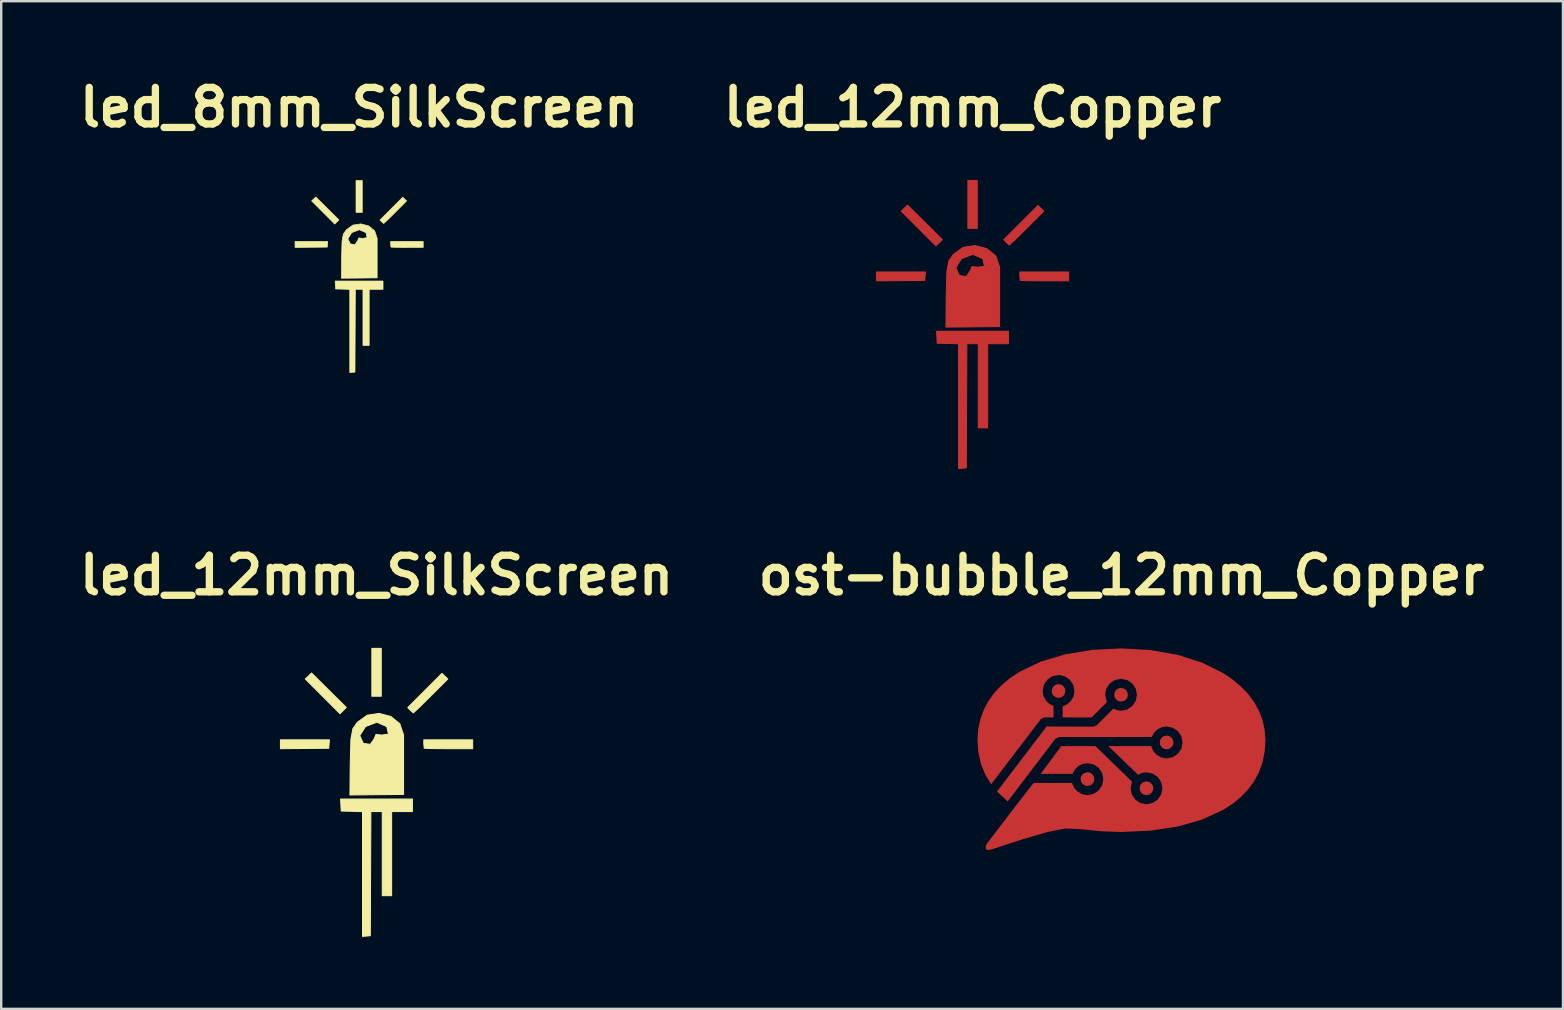
<source format=kicad_pcb>
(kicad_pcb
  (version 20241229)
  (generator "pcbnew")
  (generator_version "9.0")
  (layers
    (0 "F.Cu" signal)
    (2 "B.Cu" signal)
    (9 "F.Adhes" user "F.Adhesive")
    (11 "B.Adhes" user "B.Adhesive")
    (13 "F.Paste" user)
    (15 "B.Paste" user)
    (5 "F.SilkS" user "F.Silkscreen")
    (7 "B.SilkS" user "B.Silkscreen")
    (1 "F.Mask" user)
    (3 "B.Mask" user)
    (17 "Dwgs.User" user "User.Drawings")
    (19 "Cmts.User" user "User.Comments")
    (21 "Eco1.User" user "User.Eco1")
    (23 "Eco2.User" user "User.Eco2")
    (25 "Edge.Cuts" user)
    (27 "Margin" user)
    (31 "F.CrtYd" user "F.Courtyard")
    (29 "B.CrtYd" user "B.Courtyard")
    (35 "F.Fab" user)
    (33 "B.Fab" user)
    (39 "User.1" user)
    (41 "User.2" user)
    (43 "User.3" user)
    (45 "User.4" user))
  (footprint "ost-bubble_12mm_Copper"
    (layer "F.Cu")
    (at 43.684 28.171)
    (property "Reference" "ost-bubble_12mm_Copper" (at 0 -7.248 0) (layer "F.SilkS") (effects (font (size 1.524 1.524) (thickness 0.305))))
    (attr exclude_from_pos_files exclude_from_bom)
    (fp_poly (pts (xy -2.621 -2.711) (xy -2.733 -2.689) (xy -2.824 -2.628) (xy -2.884 -2.537) (xy -2.907 -2.425) (xy -2.884 -2.312) (xy -2.824 -2.221) (xy -2.733 -2.16) (xy -2.621 -2.138) (xy -2.509 -2.16) (xy -2.418 -2.221) (xy -2.358 -2.312) (xy -2.336 -2.425) (xy -2.358 -2.537) (xy -2.418 -2.628) (xy -2.509 -2.689) (xy -2.621 -2.711)) (stroke (width 0) (type solid)) (fill yes) (layer "F.Cu"))
    (fp_poly (pts (xy -1.418 0.961) (xy -1.53 0.983) (xy -1.621 1.044) (xy -1.681 1.135) (xy -1.704 1.248) (xy -1.681 1.36) (xy -1.621 1.451) (xy -1.53 1.512) (xy -1.418 1.534) (xy -1.306 1.512) (xy -1.215 1.451) (xy -1.154 1.36) (xy -1.132 1.248) (xy -1.154 1.135) (xy -1.215 1.044) (xy -1.306 0.983) (xy -1.418 0.961)) (stroke (width 0) (type solid)) (fill yes) (layer "F.Cu"))
    (fp_poly (pts (xy -0.018 -2.555) (xy -0.13 -2.532) (xy -0.22 -2.472) (xy -0.281 -2.381) (xy -0.303 -2.268) (xy -0.281 -2.156) (xy -0.22 -2.065) (xy -0.13 -2.004) (xy -0.018 -1.982) (xy 0.094 -2.004) (xy 0.185 -2.065) (xy 0.245 -2.156) (xy 0.267 -2.268) (xy 0.245 -2.381) (xy 0.185 -2.472) (xy 0.094 -2.532) (xy -0.018 -2.555)) (stroke (width 0) (type solid)) (fill yes) (layer "F.Cu"))
    (fp_poly (pts (xy 1.042 1.342) (xy 0.93 1.365) (xy 0.84 1.425) (xy 0.779 1.516) (xy 0.757 1.629) (xy 0.779 1.741) (xy 0.84 1.832) (xy 0.93 1.893) (xy 1.042 1.915) (xy 1.154 1.893) (xy 1.245 1.832) (xy 1.306 1.741) (xy 1.328 1.629) (xy 1.306 1.516) (xy 1.245 1.425) (xy 1.154 1.365) (xy 1.042 1.342)) (stroke (width 0) (type solid)) (fill yes) (layer "F.Cu"))
    (fp_poly (pts (xy 1.881 -0.567) (xy 1.769 -0.545) (xy 1.679 -0.485) (xy 1.618 -0.394) (xy 1.596 -0.281) (xy 1.618 -0.169) (xy 1.679 -0.078) (xy 1.769 -0.017) (xy 1.881 0.005) (xy 1.993 -0.017) (xy 2.084 -0.078) (xy 2.145 -0.169) (xy 2.167 -0.281) (xy 2.145 -0.394) (xy 2.084 -0.485) (xy 1.993 -0.545) (xy 1.881 -0.567)) (stroke (width 0) (type solid)) (fill yes) (layer "F.Cu"))
    (fp_poly (pts (xy -0.000096 -4.2) (xy -1.209 -4.139) (xy -2.336 -3.955) (xy -3.355 -3.652) (xy -4.243 -3.229) (xy -4.63 -2.974) (xy -4.975 -2.689) (xy -5.276 -2.375) (xy -5.529 -2.032) (xy -5.73 -1.661) (xy -5.878 -1.26) (xy -5.969 -0.832) (xy -6 -0.375) (xy -5.962 0.142) (xy -5.852 0.62) (xy -5.674 1.06) (xy -5.431 1.462) (xy -3.359 -1.254) (xy -3.21 -1.326) (xy -2.83 -1.326) (xy -2.83 -1.796) (xy -3.012 -1.891) (xy -3.156 -2.034) (xy -3.251 -2.216) (xy -3.286 -2.425) (xy -3.233 -2.683) (xy -3.09 -2.895) (xy -2.879 -3.038) (xy -2.621 -3.091) (xy -2.364 -3.038) (xy -2.153 -2.895) (xy -2.01 -2.683) (xy -1.958 -2.425) (xy -1.995 -2.206) (xy -2.098 -2.018) (xy -2.255 -1.873) (xy -2.451 -1.784) (xy -2.451 -1.325) (xy -1.244 -1.321) (xy -0.604 -1.962) (xy -0.682 -2.268) (xy -0.63 -2.527) (xy -0.487 -2.738) (xy -0.275 -2.881) (xy -0.018 -2.934) (xy 0.24 -2.881) (xy 0.451 -2.738) (xy 0.593 -2.527) (xy 0.646 -2.268) (xy 0.593 -2.01) (xy 0.451 -1.798) (xy 0.24 -1.655) (xy -0.018 -1.602) (xy -0.187 -1.626) (xy -0.341 -1.69) (xy -1.032 -0.995) (xy -1.166 -0.94) (xy -3.119 -0.947) (xy -5.187 1.764) (xy -4.741 2.176) (xy -2.749 -0.437) (xy -2.599 -0.509) (xy 1.261 -0.509) (xy 1.357 -0.685) (xy 1.5 -0.823) (xy 1.678 -0.914) (xy 1.881 -0.947) (xy 2.139 -0.894) (xy 2.35 -0.751) (xy 2.494 -0.54) (xy 2.546 -0.281) (xy 2.494 -0.023) (xy 2.35 0.189) (xy 2.139 0.333) (xy 1.881 0.386) (xy 1.659 0.346) (xy 1.468 0.238) (xy 1.323 0.075) (xy 1.237 -0.13) (xy -0.551 -0.13) (xy 0.693 1.066) (xy 0.858 0.99) (xy 1.042 0.963) (xy 1.3 1.016) (xy 1.511 1.159) (xy 1.654 1.37) (xy 1.707 1.629) (xy 1.654 1.887) (xy 1.511 2.099) (xy 1.3 2.243) (xy 1.042 2.295) (xy 0.785 2.243) (xy 0.574 2.099) (xy 0.431 1.887) (xy 0.379 1.629) (xy 0.441 1.352) (xy -1.087 -0.13) (xy -2.507 -0.13) (xy -3.365 1.028) (xy -2.041 1.028) (xy -1.945 0.849) (xy -1.803 0.708) (xy -1.624 0.615) (xy -1.418 0.582) (xy -1.161 0.634) (xy -0.949 0.778) (xy -0.806 0.99) (xy -0.754 1.248) (xy -0.806 1.506) (xy -0.949 1.718) (xy -1.161 1.861) (xy -1.418 1.914) (xy -1.639 1.875) (xy -1.829 1.769) (xy -1.973 1.608) (xy -2.06 1.407) (xy -3.661 1.407) (xy -4.432 2.396) (xy -5.593 3.917) (xy -5.661 4.042) (xy -5.643 4.171) (xy -5.574 4.2) (xy -5.484 4.193) (xy -5.372 4.162) (xy -4.101 3.748) (xy -3.092 3.455) (xy -2.349 3.305) (xy -1.676 3.335) (xy -0.857 3.421) (xy -0.000066 3.45) (xy 1.209 3.394) (xy 2.335 3.224) (xy 3.355 2.936) (xy 4.243 2.527) (xy 4.63 2.276) (xy 4.975 1.995) (xy 5.276 1.681) (xy 5.528 1.336) (xy 5.73 0.958) (xy 5.878 0.547) (xy 5.969 0.103) (xy 6 -0.375) (xy 5.969 -0.805) (xy 5.878 -1.214) (xy 5.73 -1.6) (xy 5.528 -1.963) (xy 5.276 -2.303) (xy 4.975 -2.617) (xy 4.63 -2.906) (xy 4.243 -3.168) (xy 3.355 -3.609) (xy 2.335 -3.933) (xy 1.209 -4.132) (xy -0.000066 -4.2) (xy -0.000096 -4.2)) (stroke (width 0) (type solid)) (fill yes) (layer "F.Cu")))
  (footprint "led_8mm_SilkScreen"
    (layer "F.Cu")
    (at 11.916 8.474)
    (property "Reference" "led_8mm_SilkScreen" (at 0 -7.048 0) (layer "F.SilkS") (effects (font (size 1.524 1.524) (thickness 0.305))))
    (attr exclude_from_pos_files exclude_from_bom)
    (fp_poly (pts (xy -2.67 -1.337) (xy -2.67 -1.46) (xy -1.99 -1.46) (xy -1.31 -1.46) (xy -1.319 -1.343) (xy -1.328 -1.226) (xy -1.999 -1.22) (xy -2.67 -1.214) (xy -2.67 -1.337)) (stroke (width 0.029) (type solid)) (fill yes) (layer "F.SilkS"))
    (fp_poly (pts (xy -1.497 -2.668) (xy -1.979 -3.151) (xy -1.893 -3.233) (xy -1.806 -3.316) (xy -1.324 -2.838) (xy -0.842 -2.359) (xy -0.929 -2.273) (xy -1.016 -2.186) (xy -1.497 -2.668)) (stroke (width 0.029) (type solid)) (fill yes) (layer "F.SilkS"))
    (fp_poly (pts (xy -0.13 -3.336) (xy -0.13 -4) (xy 0.000002 -4) (xy 0.13 -4) (xy 0.13 -3.336) (xy 0.13 -2.672) (xy 0.000002 -2.672) (xy -0.13 -2.672) (xy -0.13 -3.336)) (stroke (width 0.029) (type solid)) (fill yes) (layer "F.SilkS"))
    (fp_poly (pts (xy 0.937 -2.283) (xy 0.869 -2.356) (xy 1.343 -2.831) (xy 1.817 -3.306) (xy 1.898 -3.228) (xy 1.979 -3.151) (xy 1.509 -2.68) (xy 1.173 -2.348) (xy 1.023 -2.21) (xy 0.937 -2.283)) (stroke (width 0.029) (type solid)) (fill yes) (layer "F.SilkS"))
    (fp_poly (pts (xy 1.326 -1.226) (xy 1.314 -1.349) (xy 1.314 -1.46) (xy 1.992 -1.46) (xy 2.67 -1.46) (xy 2.67 -1.337) (xy 2.67 -1.214) (xy 2.004 -1.214) (xy 1.53 -1.218) (xy 1.326 -1.226) (xy 1.326 -1.226)) (stroke (width 0.029) (type solid)) (fill yes) (layer "F.SilkS"))
    (fp_poly (pts (xy -0.39 2.267) (xy -0.39 0.534) (xy -0.686 0.526) (xy -0.982 0.518) (xy -0.99 0.352) (xy -0.999 0.186) (xy -0.001 0.186) (xy 0.996 0.186) (xy 0.996 0.359) (xy 0.996 0.532) (xy 0.707 0.532) (xy 0.419 0.532) (xy 0.419 1.701) (xy 0.419 2.871) (xy 0.289 2.871) (xy 0.159 2.871) (xy 0.159 1.701) (xy 0.159 0.532) (xy 0.000218 0.532) (xy -0.158 0.532) (xy -0.166 2.257) (xy -0.173 3.982) (xy -0.281 3.991) (xy -0.39 4) (xy -0.39 2.267)) (stroke (width 0.029) (type solid)) (fill yes) (layer "F.SilkS"))
    (fp_poly (pts (xy -0.73 -0.802) (xy -0.173 -1.334) (xy -0.069 -1.481) (xy -0.014 -1.61) (xy 0.14 -1.591) (xy 0.332 -1.619) (xy 0.286 -1.828) (xy 0.009 -1.95) (xy -0.307 -1.83) (xy -0.468 -1.578) (xy -0.368 -1.36) (xy -0.173 -1.334) (xy -0.73 -0.802) (xy -0.712 -1.48) (xy -0.656 -1.772) (xy -0.532 -1.948) (xy -0.258 -2.145) (xy 0.074 -2.194) (xy 0.398 -2.109) (xy 0.646 -1.904) (xy 0.751 -1.594) (xy 0.751 -0.769) (xy 0.751 0.056) (xy 0.006 0.064) (xy -0.739 0.071) (xy -0.73 -0.802)) (stroke (width 0.029) (type solid)) (fill yes) (layer "F.SilkS")))
  (footprint "led_12mm_Copper"
    (layer "F.Cu")
    (at 37.479 10.474)
    (property "Reference" "led_12mm_Copper" (at 0 -9.048 0) (layer "F.SilkS") (effects (font (size 1.524 1.524) (thickness 0.305))))
    (attr exclude_from_pos_files exclude_from_bom)
    (fp_poly (pts (xy -4.005 -2.005) (xy -4.005 -2.189) (xy -2.985 -2.189) (xy -1.965 -2.189) (xy -1.979 -2.014) (xy -1.992 -1.839) (xy -2.999 -1.83) (xy -4.005 -1.821) (xy -4.005 -2.005)) (stroke (width 0.043) (type solid)) (fill yes) (layer "F.Cu"))
    (fp_poly (pts (xy -2.246 -4.002) (xy -2.969 -4.726) (xy -2.839 -4.85) (xy -2.709 -4.974) (xy -1.986 -4.257) (xy -1.263 -3.539) (xy -1.393 -3.409) (xy -1.524 -3.279) (xy -2.246 -4.002)) (stroke (width 0.043) (type solid)) (fill yes) (layer "F.Cu"))
    (fp_poly (pts (xy -0.195 -5.004) (xy -0.195 -6) (xy 0.000002 -6) (xy 0.195 -6) (xy 0.195 -5.004) (xy 0.195 -4.008) (xy 0.000002 -4.008) (xy -0.195 -4.008) (xy -0.195 -5.004)) (stroke (width 0.043) (type solid)) (fill yes) (layer "F.Cu"))
    (fp_poly (pts (xy 1.406 -3.425) (xy 1.303 -3.535) (xy 2.014 -4.247) (xy 2.725 -4.959) (xy 2.847 -4.842) (xy 2.969 -4.726) (xy 2.264 -4.021) (xy 1.759 -3.522) (xy 1.534 -3.315) (xy 1.406 -3.425)) (stroke (width 0.043) (type solid)) (fill yes) (layer "F.Cu"))
    (fp_poly (pts (xy 1.988 -1.839) (xy 1.97 -2.023) (xy 1.97 -2.189) (xy 2.988 -2.189) (xy 4.005 -2.189) (xy 4.005 -2.005) (xy 4.005 -1.821) (xy 3.006 -1.821) (xy 2.295 -1.827) (xy 1.988 -1.839) (xy 1.988 -1.839)) (stroke (width 0.043) (type solid)) (fill yes) (layer "F.Cu"))
    (fp_poly (pts (xy -0.585 3.401) (xy -0.585 0.802) (xy -1.028 0.789) (xy -1.472 0.777) (xy -1.485 0.528) (xy -1.498 0.279) (xy -0.002 0.279) (xy 1.494 0.279) (xy 1.494 0.539) (xy 1.494 0.798) (xy 1.061 0.798) (xy 0.628 0.798) (xy 0.628 2.552) (xy 0.628 4.306) (xy 0.433 4.306) (xy 0.238 4.306) (xy 0.238 2.552) (xy 0.238 0.798) (xy 0.000326 0.798) (xy -0.237 0.798) (xy -0.249 3.386) (xy -0.26 5.973) (xy -0.422 5.987) (xy -0.585 6) (xy -0.585 3.401)) (stroke (width 0.043) (type solid)) (fill yes) (layer "F.Cu"))
    (fp_poly (pts (xy -1.096 -1.204) (xy -0.259 -2.001) (xy -0.103 -2.222) (xy -0.021 -2.416) (xy 0.21 -2.387) (xy 0.498 -2.428) (xy 0.428 -2.742) (xy 0.014 -2.926) (xy -0.461 -2.744) (xy -0.702 -2.366) (xy -0.552 -2.041) (xy -0.259 -2.001) (xy -1.096 -1.204) (xy -1.068 -2.22) (xy -0.984 -2.658) (xy -0.797 -2.923) (xy -0.387 -3.217) (xy 0.111 -3.29) (xy 0.597 -3.163) (xy 0.969 -2.857) (xy 1.126 -2.391) (xy 1.126 -1.153) (xy 1.126 0.084) (xy 0.008 0.096) (xy -1.109 0.107) (xy -1.096 -1.204)) (stroke (width 0.043) (type solid)) (fill yes) (layer "F.Cu")))
  (footprint "led_12mm_SilkScreen"
    (layer "F.Cu")
    (at 12.642 29.971)
    (property "Reference" "led_12mm_SilkScreen" (at 0 -9.048 0) (layer "F.SilkS") (effects (font (size 1.524 1.524) (thickness 0.305))))
    (attr exclude_from_pos_files exclude_from_bom)
    (fp_poly (pts (xy -4.005 -2.005) (xy -4.005 -2.189) (xy -2.985 -2.189) (xy -1.965 -2.189) (xy -1.979 -2.014) (xy -1.992 -1.839) (xy -2.999 -1.83) (xy -4.005 -1.821) (xy -4.005 -2.005)) (stroke (width 0.043) (type solid)) (fill yes) (layer "F.SilkS"))
    (fp_poly (pts (xy -2.246 -4.002) (xy -2.969 -4.726) (xy -2.839 -4.85) (xy -2.709 -4.974) (xy -1.986 -4.257) (xy -1.263 -3.539) (xy -1.393 -3.409) (xy -1.524 -3.279) (xy -2.246 -4.002)) (stroke (width 0.043) (type solid)) (fill yes) (layer "F.SilkS"))
    (fp_poly (pts (xy -0.195 -5.004) (xy -0.195 -6) (xy 0.000002 -6) (xy 0.195 -6) (xy 0.195 -5.004) (xy 0.195 -4.008) (xy 0.000002 -4.008) (xy -0.195 -4.008) (xy -0.195 -5.004)) (stroke (width 0.043) (type solid)) (fill yes) (layer "F.SilkS"))
    (fp_poly (pts (xy 1.406 -3.425) (xy 1.303 -3.535) (xy 2.014 -4.247) (xy 2.725 -4.959) (xy 2.847 -4.842) (xy 2.969 -4.726) (xy 2.264 -4.021) (xy 1.759 -3.522) (xy 1.534 -3.315) (xy 1.406 -3.425)) (stroke (width 0.043) (type solid)) (fill yes) (layer "F.SilkS"))
    (fp_poly (pts (xy 1.988 -1.839) (xy 1.97 -2.023) (xy 1.97 -2.189) (xy 2.988 -2.189) (xy 4.005 -2.189) (xy 4.005 -2.005) (xy 4.005 -1.821) (xy 3.006 -1.821) (xy 2.295 -1.827) (xy 1.988 -1.839) (xy 1.988 -1.839)) (stroke (width 0.043) (type solid)) (fill yes) (layer "F.SilkS"))
    (fp_poly (pts (xy -0.585 3.401) (xy -0.585 0.802) (xy -1.028 0.789) (xy -1.472 0.777) (xy -1.485 0.528) (xy -1.498 0.279) (xy -0.002 0.279) (xy 1.494 0.279) (xy 1.494 0.539) (xy 1.494 0.798) (xy 1.061 0.798) (xy 0.628 0.798) (xy 0.628 2.552) (xy 0.628 4.306) (xy 0.433 4.306) (xy 0.238 4.306) (xy 0.238 2.552) (xy 0.238 0.798) (xy 0.000326 0.798) (xy -0.237 0.798) (xy -0.249 3.386) (xy -0.26 5.973) (xy -0.422 5.987) (xy -0.585 6) (xy -0.585 3.401)) (stroke (width 0.043) (type solid)) (fill yes) (layer "F.SilkS"))
    (fp_poly (pts (xy -1.096 -1.204) (xy -0.259 -2.001) (xy -0.103 -2.222) (xy -0.021 -2.416) (xy 0.21 -2.387) (xy 0.498 -2.428) (xy 0.428 -2.742) (xy 0.014 -2.926) (xy -0.461 -2.744) (xy -0.702 -2.366) (xy -0.552 -2.041) (xy -0.259 -2.001) (xy -1.096 -1.204) (xy -1.068 -2.22) (xy -0.984 -2.658) (xy -0.797 -2.923) (xy -0.387 -3.217) (xy 0.111 -3.29) (xy 0.597 -3.163) (xy 0.969 -2.857) (xy 1.126 -2.391) (xy 1.126 -1.153) (xy 1.126 0.084) (xy 0.008 0.096) (xy -1.109 0.107) (xy -1.096 -1.204)) (stroke (width 0.043) (type solid)) (fill yes) (layer "F.SilkS")))
  (gr_rect
    (start -3 -3)
    (end 62.083 38.992)
    (stroke (width 0.1) (type default))
    (fill no)
    (layer "Edge.Cuts")))
</source>
